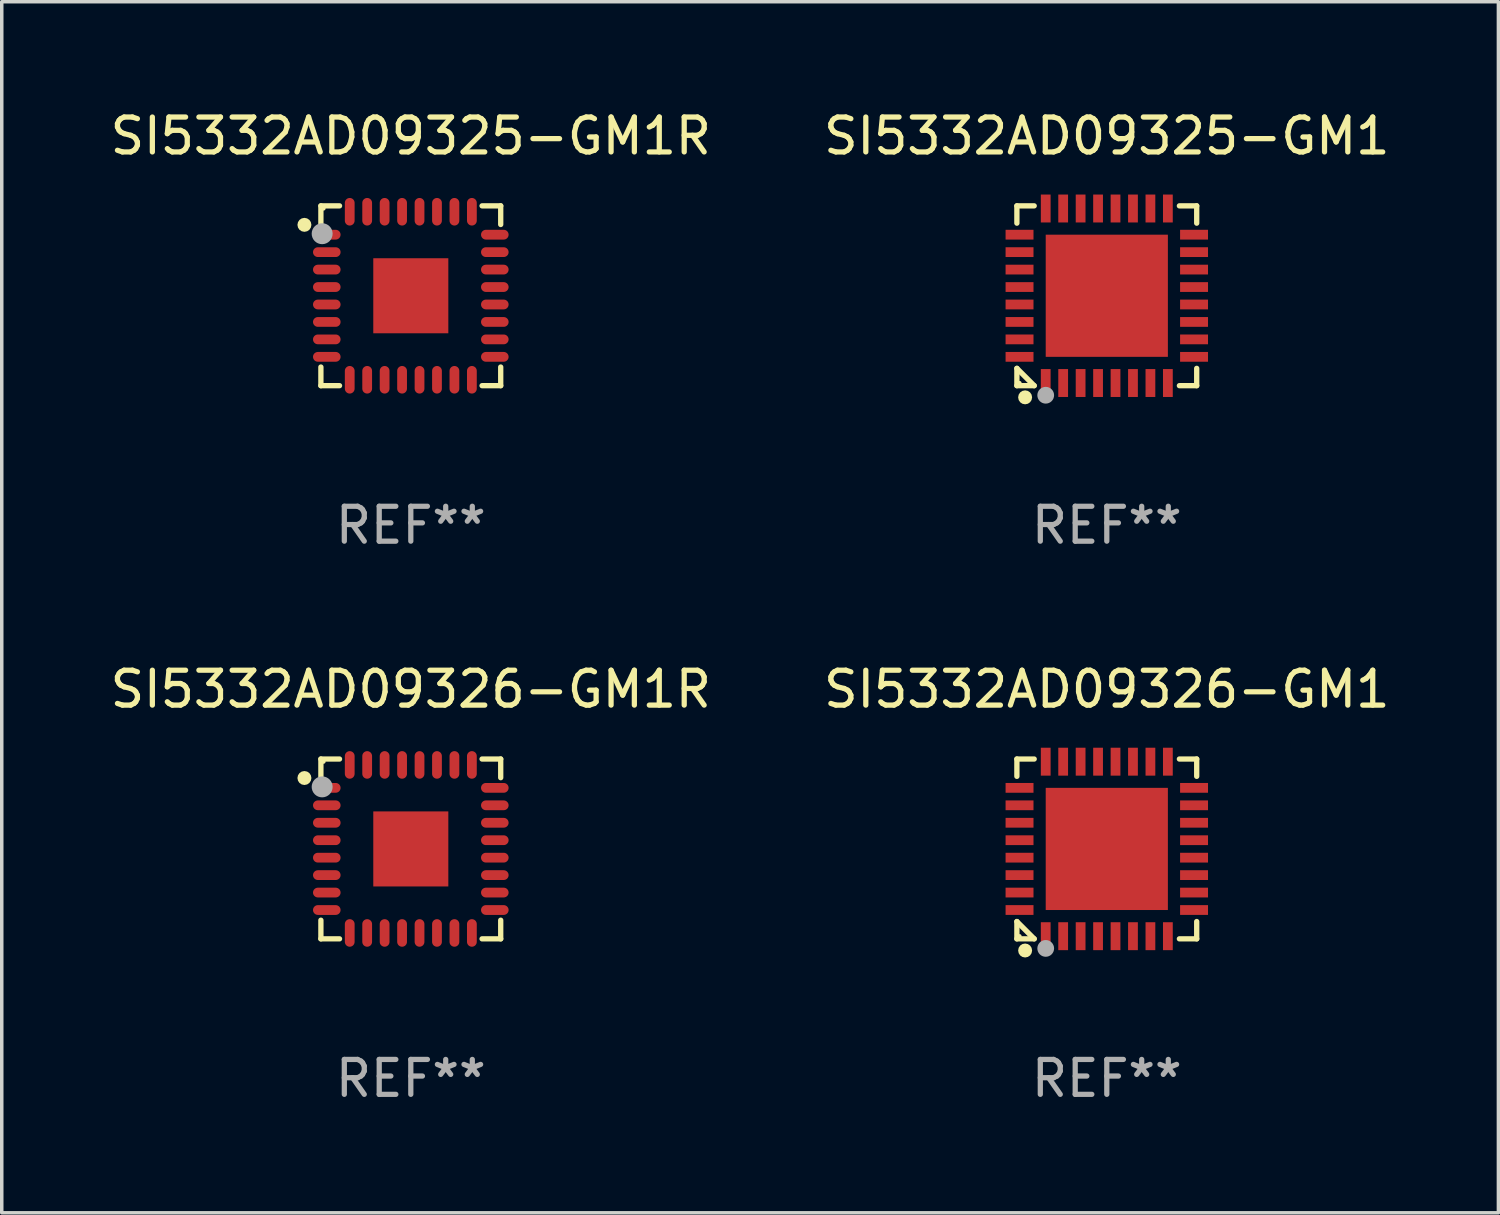
<source format=kicad_pcb>
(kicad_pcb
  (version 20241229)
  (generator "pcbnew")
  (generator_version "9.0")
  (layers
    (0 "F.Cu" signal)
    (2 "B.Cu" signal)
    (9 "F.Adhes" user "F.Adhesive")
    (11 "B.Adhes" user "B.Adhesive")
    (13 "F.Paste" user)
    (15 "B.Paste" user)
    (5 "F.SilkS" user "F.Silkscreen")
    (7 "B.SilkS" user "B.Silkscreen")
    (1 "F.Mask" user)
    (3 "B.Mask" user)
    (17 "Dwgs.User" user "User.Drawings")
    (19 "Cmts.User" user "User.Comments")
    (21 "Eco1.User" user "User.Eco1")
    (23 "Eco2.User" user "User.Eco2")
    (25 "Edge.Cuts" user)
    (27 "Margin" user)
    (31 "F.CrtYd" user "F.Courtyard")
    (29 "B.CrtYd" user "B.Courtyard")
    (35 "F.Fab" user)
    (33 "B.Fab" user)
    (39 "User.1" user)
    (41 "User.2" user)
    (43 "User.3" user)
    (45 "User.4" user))
  (footprint "SI5332AD09326-GM1"
    (layer "F.Cu")
    (at 28.661 21.273)
    (property "Reference" "SI5332AD09326-GM1" (at 0 -4.576 0) (layer "F.SilkS") (effects (font (size 1 1) (thickness 0.15))))
    (attr through_hole)
    (fp_line (start -2.576 -2.576) (end -2.08 -2.576) (stroke (width 0.152) (type solid)) (layer "F.SilkS"))
    (fp_line (start -2.576 -2.08) (end -2.576 -2.576) (stroke (width 0.152) (type solid)) (layer "F.SilkS"))
    (fp_line (start -2.576 2.08) (end -2.576 2.576) (stroke (width 0.152) (type solid)) (layer "F.SilkS"))
    (fp_line (start -2.576 2.08) (end -2.08 2.576) (stroke (width 0.152) (type solid)) (layer "F.SilkS"))
    (fp_line (start -2.576 2.576) (end -2.08 2.576) (stroke (width 0.152) (type solid)) (layer "F.SilkS"))
    (fp_line (start 2.576 -2.576) (end 2.08 -2.576) (stroke (width 0.152) (type solid)) (layer "F.SilkS"))
    (fp_line (start 2.576 -2.08) (end 2.576 -2.576) (stroke (width 0.152) (type solid)) (layer "F.SilkS"))
    (fp_line (start 2.576 2.08) (end 2.576 2.576) (stroke (width 0.152) (type solid)) (layer "F.SilkS"))
    (fp_line (start 2.576 2.576) (end 2.08 2.576) (stroke (width 0.152) (type solid)) (layer "F.SilkS"))
    (fp_circle (center -2.5 2.5) (end -2.47 2.5) (stroke (width 0.06) (type solid)) (fill no) (layer "F.SilkS"))
    (fp_circle (center -2.34 2.91) (end -2.24 2.91) (stroke (width 0.2) (type solid)) (fill no) (layer "F.SilkS"))
    (fp_circle (center -1.75 2.85) (end -1.63 2.85) (stroke (width 0.24) (type solid)) (fill no) (layer "F.Fab"))
    (fp_text user "REF**" (at 0 6.576 0) (layer "F.Fab") (effects (font (size 1 1) (thickness 0.15))))
    (pad "1" smd rect (at -1.75 2.5) (size 0.28 0.8) (layers "F.Cu" "F.Mask" "F.Paste"))
    (pad "2" smd rect (at -1.25 2.5) (size 0.28 0.8) (layers "F.Cu" "F.Mask" "F.Paste"))
    (pad "3" smd rect (at -0.75 2.5) (size 0.28 0.8) (layers "F.Cu" "F.Mask" "F.Paste"))
    (pad "4" smd rect (at -0.25 2.5) (size 0.28 0.8) (layers "F.Cu" "F.Mask" "F.Paste"))
    (pad "5" smd rect (at 0.25 2.5) (size 0.28 0.8) (layers "F.Cu" "F.Mask" "F.Paste"))
    (pad "6" smd rect (at 0.75 2.5) (size 0.28 0.8) (layers "F.Cu" "F.Mask" "F.Paste"))
    (pad "7" smd rect (at 1.25 2.5) (size 0.28 0.8) (layers "F.Cu" "F.Mask" "F.Paste"))
    (pad "8" smd rect (at 1.75 2.5) (size 0.28 0.8) (layers "F.Cu" "F.Mask" "F.Paste"))
    (pad "9" smd rect (at 2.5 1.75) (size 0.8 0.28) (layers "F.Cu" "F.Mask" "F.Paste"))
    (pad "10" smd rect (at 2.5 1.25) (size 0.8 0.28) (layers "F.Cu" "F.Mask" "F.Paste"))
    (pad "11" smd rect (at 2.5 0.75) (size 0.8 0.28) (layers "F.Cu" "F.Mask" "F.Paste"))
    (pad "12" smd rect (at 2.5 0.25) (size 0.8 0.28) (layers "F.Cu" "F.Mask" "F.Paste"))
    (pad "13" smd rect (at 2.5 -0.25) (size 0.8 0.28) (layers "F.Cu" "F.Mask" "F.Paste"))
    (pad "14" smd rect (at 2.5 -0.75) (size 0.8 0.28) (layers "F.Cu" "F.Mask" "F.Paste"))
    (pad "15" smd rect (at 2.5 -1.25) (size 0.8 0.28) (layers "F.Cu" "F.Mask" "F.Paste"))
    (pad "16" smd rect (at 2.5 -1.75) (size 0.8 0.28) (layers "F.Cu" "F.Mask" "F.Paste"))
    (pad "17" smd rect (at 1.75 -2.5) (size 0.28 0.8) (layers "F.Cu" "F.Mask" "F.Paste"))
    (pad "18" smd rect (at 1.25 -2.5) (size 0.28 0.8) (layers "F.Cu" "F.Mask" "F.Paste"))
    (pad "19" smd rect (at 0.75 -2.5) (size 0.28 0.8) (layers "F.Cu" "F.Mask" "F.Paste"))
    (pad "20" smd rect (at 0.25 -2.5) (size 0.28 0.8) (layers "F.Cu" "F.Mask" "F.Paste"))
    (pad "21" smd rect (at -0.25 -2.5) (size 0.28 0.8) (layers "F.Cu" "F.Mask" "F.Paste"))
    (pad "22" smd rect (at -0.75 -2.5) (size 0.28 0.8) (layers "F.Cu" "F.Mask" "F.Paste"))
    (pad "23" smd rect (at -1.25 -2.5) (size 0.28 0.8) (layers "F.Cu" "F.Mask" "F.Paste"))
    (pad "24" smd rect (at -1.75 -2.5) (size 0.28 0.8) (layers "F.Cu" "F.Mask" "F.Paste"))
    (pad "25" smd rect (at -2.5 -1.75) (size 0.8 0.28) (layers "F.Cu" "F.Mask" "F.Paste"))
    (pad "26" smd rect (at -2.5 -1.25) (size 0.8 0.28) (layers "F.Cu" "F.Mask" "F.Paste"))
    (pad "27" smd rect (at -2.5 -0.75) (size 0.8 0.28) (layers "F.Cu" "F.Mask" "F.Paste"))
    (pad "28" smd rect (at -2.5 -0.25) (size 0.8 0.28) (layers "F.Cu" "F.Mask" "F.Paste"))
    (pad "29" smd rect (at -2.5 0.25) (size 0.8 0.28) (layers "F.Cu" "F.Mask" "F.Paste"))
    (pad "30" smd rect (at -2.5 0.75) (size 0.8 0.28) (layers "F.Cu" "F.Mask" "F.Paste"))
    (pad "31" smd rect (at -2.5 1.25) (size 0.8 0.28) (layers "F.Cu" "F.Mask" "F.Paste"))
    (pad "32" smd rect (at -2.5 1.75) (size 0.8 0.28) (layers "F.Cu" "F.Mask" "F.Paste"))
    (pad "33" smd rect (at 0 0) (size 3.5 3.5) (layers "F.Cu" "F.Mask" "F.Paste")))
  (footprint "SI5332AD09326-GM1R"
    (layer "F.Cu")
    (at 8.72 21.273)
    (property "Reference" "SI5332AD09326-GM1R" (at 0 -4.576 0) (layer "F.SilkS") (effects (font (size 1 1) (thickness 0.15))))
    (attr through_hole)
    (fp_line (start -2.576 -2.576) (end -2.042 -2.576) (stroke (width 0.152) (type solid)) (layer "F.SilkS"))
    (fp_line (start -2.576 -2.042) (end -2.576 -2.576) (stroke (width 0.152) (type solid)) (layer "F.SilkS"))
    (fp_line (start -2.576 2.042) (end -2.576 2.576) (stroke (width 0.152) (type solid)) (layer "F.SilkS"))
    (fp_line (start -2.576 2.576) (end -2.042 2.576) (stroke (width 0.152) (type solid)) (layer "F.SilkS"))
    (fp_line (start 2.576 -2.576) (end 2.042 -2.576) (stroke (width 0.152) (type solid)) (layer "F.SilkS"))
    (fp_line (start 2.576 -2.042) (end 2.576 -2.576) (stroke (width 0.152) (type solid)) (layer "F.SilkS"))
    (fp_line (start 2.576 2.042) (end 2.576 2.576) (stroke (width 0.152) (type solid)) (layer "F.SilkS"))
    (fp_line (start 2.576 2.576) (end 2.042 2.576) (stroke (width 0.152) (type solid)) (layer "F.SilkS"))
    (fp_circle (center -3.048 -2.032) (end -2.948 -2.032) (stroke (width 0.2) (type solid)) (fill no) (layer "F.SilkS"))
    (fp_circle (center -2.5 -2.5) (end -2.47 -2.5) (stroke (width 0.06) (type solid)) (fill no) (layer "F.SilkS"))
    (fp_circle (center -2.54 -1.778) (end -2.39 -1.778) (stroke (width 0.3) (type solid)) (fill no) (layer "F.Fab"))
    (fp_text user "REF**" (at 0 6.576 0) (layer "F.Fab") (effects (font (size 1 1) (thickness 0.15))))
    (pad "1" smd oval (at -2.407 -1.75) (size 0.79 0.28) (layers "F.Cu" "F.Mask" "F.Paste"))
    (pad "2" smd oval (at -2.407 -1.25) (size 0.79 0.28) (layers "F.Cu" "F.Mask" "F.Paste"))
    (pad "3" smd oval (at -2.407 -0.75) (size 0.79 0.28) (layers "F.Cu" "F.Mask" "F.Paste"))
    (pad "4" smd oval (at -2.407 -0.25) (size 0.79 0.28) (layers "F.Cu" "F.Mask" "F.Paste"))
    (pad "5" smd oval (at -2.407 0.25) (size 0.79 0.28) (layers "F.Cu" "F.Mask" "F.Paste"))
    (pad "6" smd oval (at -2.407 0.75) (size 0.79 0.28) (layers "F.Cu" "F.Mask" "F.Paste"))
    (pad "7" smd oval (at -2.407 1.25) (size 0.79 0.28) (layers "F.Cu" "F.Mask" "F.Paste"))
    (pad "8" smd oval (at -2.407 1.75) (size 0.79 0.28) (layers "F.Cu" "F.Mask" "F.Paste"))
    (pad "9" smd oval (at -1.75 2.407) (size 0.28 0.79) (layers "F.Cu" "F.Mask" "F.Paste"))
    (pad "10" smd oval (at -1.25 2.407) (size 0.28 0.79) (layers "F.Cu" "F.Mask" "F.Paste"))
    (pad "11" smd oval (at -0.75 2.407) (size 0.28 0.79) (layers "F.Cu" "F.Mask" "F.Paste"))
    (pad "12" smd oval (at -0.25 2.407) (size 0.28 0.79) (layers "F.Cu" "F.Mask" "F.Paste"))
    (pad "13" smd oval (at 0.25 2.407) (size 0.28 0.79) (layers "F.Cu" "F.Mask" "F.Paste"))
    (pad "14" smd oval (at 0.75 2.407) (size 0.28 0.79) (layers "F.Cu" "F.Mask" "F.Paste"))
    (pad "15" smd oval (at 1.25 2.407) (size 0.28 0.79) (layers "F.Cu" "F.Mask" "F.Paste"))
    (pad "16" smd oval (at 1.75 2.407) (size 0.28 0.79) (layers "F.Cu" "F.Mask" "F.Paste"))
    (pad "17" smd oval (at 2.407 1.75) (size 0.79 0.28) (layers "F.Cu" "F.Mask" "F.Paste"))
    (pad "18" smd oval (at 2.407 1.25) (size 0.79 0.28) (layers "F.Cu" "F.Mask" "F.Paste"))
    (pad "19" smd oval (at 2.407 0.75) (size 0.79 0.28) (layers "F.Cu" "F.Mask" "F.Paste"))
    (pad "20" smd oval (at 2.407 0.25) (size 0.79 0.28) (layers "F.Cu" "F.Mask" "F.Paste"))
    (pad "21" smd oval (at 2.407 -0.25) (size 0.79 0.28) (layers "F.Cu" "F.Mask" "F.Paste"))
    (pad "22" smd oval (at 2.407 -0.75) (size 0.79 0.28) (layers "F.Cu" "F.Mask" "F.Paste"))
    (pad "23" smd oval (at 2.407 -1.25) (size 0.79 0.28) (layers "F.Cu" "F.Mask" "F.Paste"))
    (pad "24" smd oval (at 2.407 -1.75) (size 0.79 0.28) (layers "F.Cu" "F.Mask" "F.Paste"))
    (pad "25" smd oval (at 1.75 -2.407) (size 0.28 0.79) (layers "F.Cu" "F.Mask" "F.Paste"))
    (pad "26" smd oval (at 1.25 -2.407) (size 0.28 0.79) (layers "F.Cu" "F.Mask" "F.Paste"))
    (pad "27" smd oval (at 0.75 -2.407) (size 0.28 0.79) (layers "F.Cu" "F.Mask" "F.Paste"))
    (pad "28" smd oval (at 0.25 -2.407) (size 0.28 0.79) (layers "F.Cu" "F.Mask" "F.Paste"))
    (pad "29" smd oval (at -0.25 -2.407) (size 0.28 0.79) (layers "F.Cu" "F.Mask" "F.Paste"))
    (pad "30" smd oval (at -0.75 -2.407) (size 0.28 0.79) (layers "F.Cu" "F.Mask" "F.Paste"))
    (pad "31" smd oval (at -1.25 -2.407) (size 0.28 0.79) (layers "F.Cu" "F.Mask" "F.Paste"))
    (pad "32" smd oval (at -1.75 -2.407) (size 0.28 0.79) (layers "F.Cu" "F.Mask" "F.Paste"))
    (pad "33" smd rect (at -0.000013 0.000013) (size 2.15 2.15) (layers "F.Cu" "F.Mask" "F.Paste")))
  (footprint "SI5332AD09325-GM1R"
    (layer "F.Cu")
    (at 8.72 5.424)
    (property "Reference" "SI5332AD09325-GM1R" (at 0 -4.576 0) (layer "F.SilkS") (effects (font (size 1 1) (thickness 0.15))))
    (attr through_hole)
    (fp_line (start -2.576 -2.576) (end -2.042 -2.576) (stroke (width 0.152) (type solid)) (layer "F.SilkS"))
    (fp_line (start -2.576 -2.042) (end -2.576 -2.576) (stroke (width 0.152) (type solid)) (layer "F.SilkS"))
    (fp_line (start -2.576 2.042) (end -2.576 2.576) (stroke (width 0.152) (type solid)) (layer "F.SilkS"))
    (fp_line (start -2.576 2.576) (end -2.042 2.576) (stroke (width 0.152) (type solid)) (layer "F.SilkS"))
    (fp_line (start 2.576 -2.576) (end 2.042 -2.576) (stroke (width 0.152) (type solid)) (layer "F.SilkS"))
    (fp_line (start 2.576 -2.042) (end 2.576 -2.576) (stroke (width 0.152) (type solid)) (layer "F.SilkS"))
    (fp_line (start 2.576 2.042) (end 2.576 2.576) (stroke (width 0.152) (type solid)) (layer "F.SilkS"))
    (fp_line (start 2.576 2.576) (end 2.042 2.576) (stroke (width 0.152) (type solid)) (layer "F.SilkS"))
    (fp_circle (center -3.048 -2.032) (end -2.948 -2.032) (stroke (width 0.2) (type solid)) (fill no) (layer "F.SilkS"))
    (fp_circle (center -2.5 -2.5) (end -2.47 -2.5) (stroke (width 0.06) (type solid)) (fill no) (layer "F.SilkS"))
    (fp_circle (center -2.54 -1.778) (end -2.39 -1.778) (stroke (width 0.3) (type solid)) (fill no) (layer "F.Fab"))
    (fp_text user "REF**" (at 0 6.576 0) (layer "F.Fab") (effects (font (size 1 1) (thickness 0.15))))
    (pad "1" smd oval (at -2.407 -1.75) (size 0.79 0.28) (layers "F.Cu" "F.Mask" "F.Paste"))
    (pad "2" smd oval (at -2.407 -1.25) (size 0.79 0.28) (layers "F.Cu" "F.Mask" "F.Paste"))
    (pad "3" smd oval (at -2.407 -0.75) (size 0.79 0.28) (layers "F.Cu" "F.Mask" "F.Paste"))
    (pad "4" smd oval (at -2.407 -0.25) (size 0.79 0.28) (layers "F.Cu" "F.Mask" "F.Paste"))
    (pad "5" smd oval (at -2.407 0.25) (size 0.79 0.28) (layers "F.Cu" "F.Mask" "F.Paste"))
    (pad "6" smd oval (at -2.407 0.75) (size 0.79 0.28) (layers "F.Cu" "F.Mask" "F.Paste"))
    (pad "7" smd oval (at -2.407 1.25) (size 0.79 0.28) (layers "F.Cu" "F.Mask" "F.Paste"))
    (pad "8" smd oval (at -2.407 1.75) (size 0.79 0.28) (layers "F.Cu" "F.Mask" "F.Paste"))
    (pad "9" smd oval (at -1.75 2.407) (size 0.28 0.79) (layers "F.Cu" "F.Mask" "F.Paste"))
    (pad "10" smd oval (at -1.25 2.407) (size 0.28 0.79) (layers "F.Cu" "F.Mask" "F.Paste"))
    (pad "11" smd oval (at -0.75 2.407) (size 0.28 0.79) (layers "F.Cu" "F.Mask" "F.Paste"))
    (pad "12" smd oval (at -0.25 2.407) (size 0.28 0.79) (layers "F.Cu" "F.Mask" "F.Paste"))
    (pad "13" smd oval (at 0.25 2.407) (size 0.28 0.79) (layers "F.Cu" "F.Mask" "F.Paste"))
    (pad "14" smd oval (at 0.75 2.407) (size 0.28 0.79) (layers "F.Cu" "F.Mask" "F.Paste"))
    (pad "15" smd oval (at 1.25 2.407) (size 0.28 0.79) (layers "F.Cu" "F.Mask" "F.Paste"))
    (pad "16" smd oval (at 1.75 2.407) (size 0.28 0.79) (layers "F.Cu" "F.Mask" "F.Paste"))
    (pad "17" smd oval (at 2.407 1.75) (size 0.79 0.28) (layers "F.Cu" "F.Mask" "F.Paste"))
    (pad "18" smd oval (at 2.407 1.25) (size 0.79 0.28) (layers "F.Cu" "F.Mask" "F.Paste"))
    (pad "19" smd oval (at 2.407 0.75) (size 0.79 0.28) (layers "F.Cu" "F.Mask" "F.Paste"))
    (pad "20" smd oval (at 2.407 0.25) (size 0.79 0.28) (layers "F.Cu" "F.Mask" "F.Paste"))
    (pad "21" smd oval (at 2.407 -0.25) (size 0.79 0.28) (layers "F.Cu" "F.Mask" "F.Paste"))
    (pad "22" smd oval (at 2.407 -0.75) (size 0.79 0.28) (layers "F.Cu" "F.Mask" "F.Paste"))
    (pad "23" smd oval (at 2.407 -1.25) (size 0.79 0.28) (layers "F.Cu" "F.Mask" "F.Paste"))
    (pad "24" smd oval (at 2.407 -1.75) (size 0.79 0.28) (layers "F.Cu" "F.Mask" "F.Paste"))
    (pad "25" smd oval (at 1.75 -2.407) (size 0.28 0.79) (layers "F.Cu" "F.Mask" "F.Paste"))
    (pad "26" smd oval (at 1.25 -2.407) (size 0.28 0.79) (layers "F.Cu" "F.Mask" "F.Paste"))
    (pad "27" smd oval (at 0.75 -2.407) (size 0.28 0.79) (layers "F.Cu" "F.Mask" "F.Paste"))
    (pad "28" smd oval (at 0.25 -2.407) (size 0.28 0.79) (layers "F.Cu" "F.Mask" "F.Paste"))
    (pad "29" smd oval (at -0.25 -2.407) (size 0.28 0.79) (layers "F.Cu" "F.Mask" "F.Paste"))
    (pad "30" smd oval (at -0.75 -2.407) (size 0.28 0.79) (layers "F.Cu" "F.Mask" "F.Paste"))
    (pad "31" smd oval (at -1.25 -2.407) (size 0.28 0.79) (layers "F.Cu" "F.Mask" "F.Paste"))
    (pad "32" smd oval (at -1.75 -2.407) (size 0.28 0.79) (layers "F.Cu" "F.Mask" "F.Paste"))
    (pad "33" smd rect (at -0.000013 0.000013) (size 2.15 2.15) (layers "F.Cu" "F.Mask" "F.Paste")))
  (footprint "SI5332AD09325-GM1"
    (layer "F.Cu")
    (at 28.661 5.424)
    (property "Reference" "SI5332AD09325-GM1" (at 0 -4.576 0) (layer "F.SilkS") (effects (font (size 1 1) (thickness 0.15))))
    (attr through_hole)
    (fp_line (start -2.576 -2.576) (end -2.08 -2.576) (stroke (width 0.152) (type solid)) (layer "F.SilkS"))
    (fp_line (start -2.576 -2.08) (end -2.576 -2.576) (stroke (width 0.152) (type solid)) (layer "F.SilkS"))
    (fp_line (start -2.576 2.08) (end -2.576 2.576) (stroke (width 0.152) (type solid)) (layer "F.SilkS"))
    (fp_line (start -2.576 2.08) (end -2.08 2.576) (stroke (width 0.152) (type solid)) (layer "F.SilkS"))
    (fp_line (start -2.576 2.576) (end -2.08 2.576) (stroke (width 0.152) (type solid)) (layer "F.SilkS"))
    (fp_line (start 2.576 -2.576) (end 2.08 -2.576) (stroke (width 0.152) (type solid)) (layer "F.SilkS"))
    (fp_line (start 2.576 -2.08) (end 2.576 -2.576) (stroke (width 0.152) (type solid)) (layer "F.SilkS"))
    (fp_line (start 2.576 2.08) (end 2.576 2.576) (stroke (width 0.152) (type solid)) (layer "F.SilkS"))
    (fp_line (start 2.576 2.576) (end 2.08 2.576) (stroke (width 0.152) (type solid)) (layer "F.SilkS"))
    (fp_circle (center -2.5 2.5) (end -2.47 2.5) (stroke (width 0.06) (type solid)) (fill no) (layer "F.SilkS"))
    (fp_circle (center -2.34 2.91) (end -2.24 2.91) (stroke (width 0.2) (type solid)) (fill no) (layer "F.SilkS"))
    (fp_circle (center -1.75 2.85) (end -1.63 2.85) (stroke (width 0.24) (type solid)) (fill no) (layer "F.Fab"))
    (fp_text user "REF**" (at 0 6.576 0) (layer "F.Fab") (effects (font (size 1 1) (thickness 0.15))))
    (pad "1" smd rect (at -1.75 2.5) (size 0.28 0.8) (layers "F.Cu" "F.Mask" "F.Paste"))
    (pad "2" smd rect (at -1.25 2.5) (size 0.28 0.8) (layers "F.Cu" "F.Mask" "F.Paste"))
    (pad "3" smd rect (at -0.75 2.5) (size 0.28 0.8) (layers "F.Cu" "F.Mask" "F.Paste"))
    (pad "4" smd rect (at -0.25 2.5) (size 0.28 0.8) (layers "F.Cu" "F.Mask" "F.Paste"))
    (pad "5" smd rect (at 0.25 2.5) (size 0.28 0.8) (layers "F.Cu" "F.Mask" "F.Paste"))
    (pad "6" smd rect (at 0.75 2.5) (size 0.28 0.8) (layers "F.Cu" "F.Mask" "F.Paste"))
    (pad "7" smd rect (at 1.25 2.5) (size 0.28 0.8) (layers "F.Cu" "F.Mask" "F.Paste"))
    (pad "8" smd rect (at 1.75 2.5) (size 0.28 0.8) (layers "F.Cu" "F.Mask" "F.Paste"))
    (pad "9" smd rect (at 2.5 1.75) (size 0.8 0.28) (layers "F.Cu" "F.Mask" "F.Paste"))
    (pad "10" smd rect (at 2.5 1.25) (size 0.8 0.28) (layers "F.Cu" "F.Mask" "F.Paste"))
    (pad "11" smd rect (at 2.5 0.75) (size 0.8 0.28) (layers "F.Cu" "F.Mask" "F.Paste"))
    (pad "12" smd rect (at 2.5 0.25) (size 0.8 0.28) (layers "F.Cu" "F.Mask" "F.Paste"))
    (pad "13" smd rect (at 2.5 -0.25) (size 0.8 0.28) (layers "F.Cu" "F.Mask" "F.Paste"))
    (pad "14" smd rect (at 2.5 -0.75) (size 0.8 0.28) (layers "F.Cu" "F.Mask" "F.Paste"))
    (pad "15" smd rect (at 2.5 -1.25) (size 0.8 0.28) (layers "F.Cu" "F.Mask" "F.Paste"))
    (pad "16" smd rect (at 2.5 -1.75) (size 0.8 0.28) (layers "F.Cu" "F.Mask" "F.Paste"))
    (pad "17" smd rect (at 1.75 -2.5) (size 0.28 0.8) (layers "F.Cu" "F.Mask" "F.Paste"))
    (pad "18" smd rect (at 1.25 -2.5) (size 0.28 0.8) (layers "F.Cu" "F.Mask" "F.Paste"))
    (pad "19" smd rect (at 0.75 -2.5) (size 0.28 0.8) (layers "F.Cu" "F.Mask" "F.Paste"))
    (pad "20" smd rect (at 0.25 -2.5) (size 0.28 0.8) (layers "F.Cu" "F.Mask" "F.Paste"))
    (pad "21" smd rect (at -0.25 -2.5) (size 0.28 0.8) (layers "F.Cu" "F.Mask" "F.Paste"))
    (pad "22" smd rect (at -0.75 -2.5) (size 0.28 0.8) (layers "F.Cu" "F.Mask" "F.Paste"))
    (pad "23" smd rect (at -1.25 -2.5) (size 0.28 0.8) (layers "F.Cu" "F.Mask" "F.Paste"))
    (pad "24" smd rect (at -1.75 -2.5) (size 0.28 0.8) (layers "F.Cu" "F.Mask" "F.Paste"))
    (pad "25" smd rect (at -2.5 -1.75) (size 0.8 0.28) (layers "F.Cu" "F.Mask" "F.Paste"))
    (pad "26" smd rect (at -2.5 -1.25) (size 0.8 0.28) (layers "F.Cu" "F.Mask" "F.Paste"))
    (pad "27" smd rect (at -2.5 -0.75) (size 0.8 0.28) (layers "F.Cu" "F.Mask" "F.Paste"))
    (pad "28" smd rect (at -2.5 -0.25) (size 0.8 0.28) (layers "F.Cu" "F.Mask" "F.Paste"))
    (pad "29" smd rect (at -2.5 0.25) (size 0.8 0.28) (layers "F.Cu" "F.Mask" "F.Paste"))
    (pad "30" smd rect (at -2.5 0.75) (size 0.8 0.28) (layers "F.Cu" "F.Mask" "F.Paste"))
    (pad "31" smd rect (at -2.5 1.25) (size 0.8 0.28) (layers "F.Cu" "F.Mask" "F.Paste"))
    (pad "32" smd rect (at -2.5 1.75) (size 0.8 0.28) (layers "F.Cu" "F.Mask" "F.Paste"))
    (pad "33" smd rect (at 0 0) (size 3.5 3.5) (layers "F.Cu" "F.Mask" "F.Paste")))
  (gr_rect
    (start -3 -3)
    (end 39.881 31.698)
    (stroke (width 0.1) (type default))
    (fill no)
    (layer "Edge.Cuts")))
</source>
